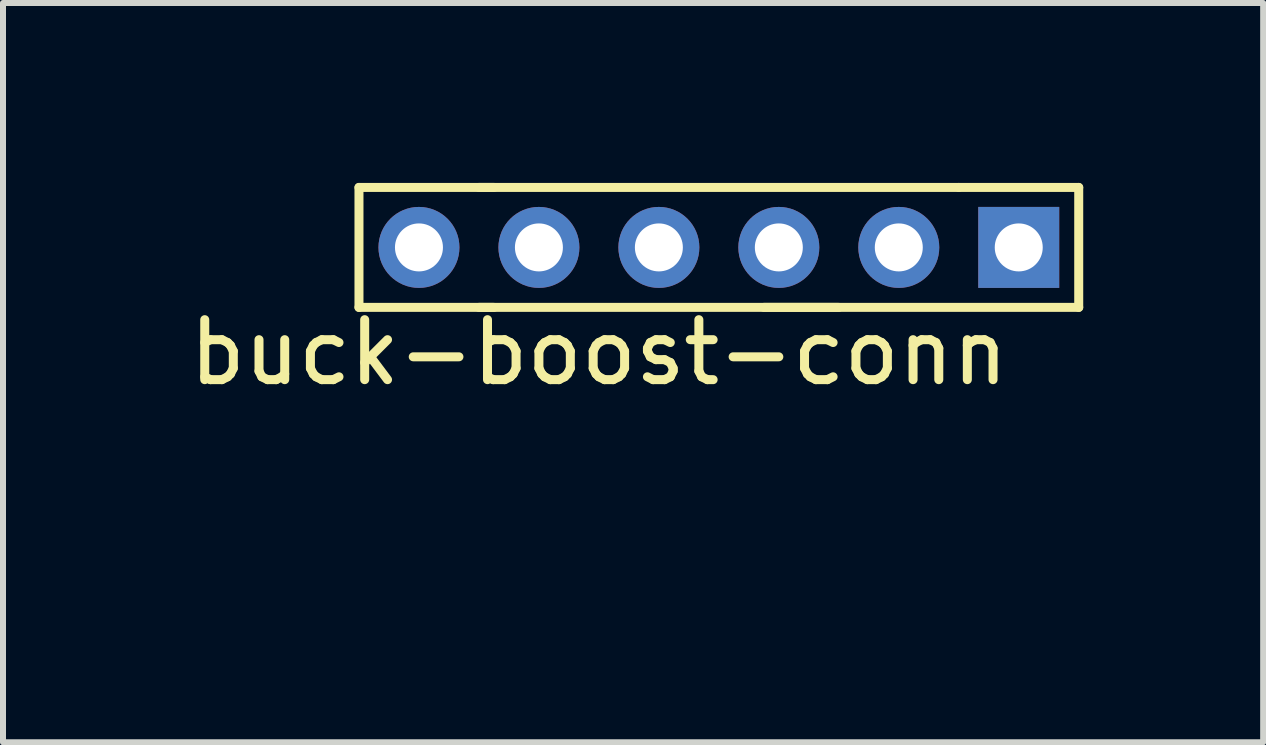
<source format=kicad_pcb>
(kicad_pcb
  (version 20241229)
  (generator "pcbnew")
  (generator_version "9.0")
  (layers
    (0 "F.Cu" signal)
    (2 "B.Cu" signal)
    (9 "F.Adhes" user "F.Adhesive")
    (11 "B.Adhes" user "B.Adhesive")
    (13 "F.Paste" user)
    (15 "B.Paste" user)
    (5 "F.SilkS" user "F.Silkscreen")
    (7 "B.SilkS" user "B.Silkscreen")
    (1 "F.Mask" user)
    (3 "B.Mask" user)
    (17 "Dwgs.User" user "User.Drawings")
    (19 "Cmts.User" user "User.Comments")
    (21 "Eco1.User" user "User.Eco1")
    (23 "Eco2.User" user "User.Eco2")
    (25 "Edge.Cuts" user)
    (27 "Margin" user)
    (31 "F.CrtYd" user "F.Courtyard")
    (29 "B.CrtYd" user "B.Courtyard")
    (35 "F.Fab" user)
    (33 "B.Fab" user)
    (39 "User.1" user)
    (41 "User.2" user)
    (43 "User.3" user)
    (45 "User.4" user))
  (footprint "buck-boost-conn"
    (layer "F.Cu")
    (at 8.935 6.075)
    (property "Reference" "buck-boost-conn" (at -2 -3.25 0) (layer "F.SilkS") (effects (font (size 1 1) (thickness 0.15))))
    (attr through_hole)
    (fp_line (start -6 -6) (end -6 -4) (stroke (width 0.15) (type solid)) (layer "F.SilkS"))
    (fp_line (start -6 -4) (end -3.75 -4) (stroke (width 0.15) (type solid)) (layer "F.SilkS"))
    (fp_line (start -4 -6) (end 4 -6) (stroke (width 0.15) (type solid)) (layer "F.SilkS"))
    (fp_line (start -3.75 -6) (end -6 -6) (stroke (width 0.15) (type solid)) (layer "F.SilkS"))
    (fp_line (start 2 -4) (end -4 -4) (stroke (width 0.15) (type solid)) (layer "F.SilkS"))
    (fp_line (start 4 -6) (end 6 -6) (stroke (width 0.15) (type solid)) (layer "F.SilkS"))
    (fp_line (start 6 -6) (end 6 -4) (stroke (width 0.15) (type solid)) (layer "F.SilkS"))
    (fp_line (start 6 -4) (end 0.75 -4) (stroke (width 0.15) (type solid)) (layer "F.SilkS"))
    (pad "1" thru_hole rect (at 5 -5) (size 1.35 1.35) (drill 0.8) (layers "*.Cu" "*.Mask"))
    (pad "2" thru_hole oval (at 3 -5) (size 1.35 1.35) (drill 0.8) (layers "*.Cu" "*.Mask"))
    (pad "3" thru_hole oval (at -3 -5) (size 1.35 1.35) (drill 0.8) (layers "*.Cu" "*.Mask"))
    (pad "4" thru_hole oval (at -1 -5) (size 1.35 1.35) (drill 0.8) (layers "*.Cu" "*.Mask"))
    (pad "5" thru_hole oval (at 1 -5) (size 1.35 1.35) (drill 0.8) (layers "*.Cu" "*.Mask"))
    (pad "6" thru_hole oval (at -5 -5) (size 1.35 1.35) (drill 0.8) (layers "*.Cu" "*.Mask")))
  (gr_rect
    (start -3 -3)
    (end 18.01 9.325)
    (stroke (width 0.1) (type default))
    (fill no)
    (layer "Edge.Cuts")))
</source>
